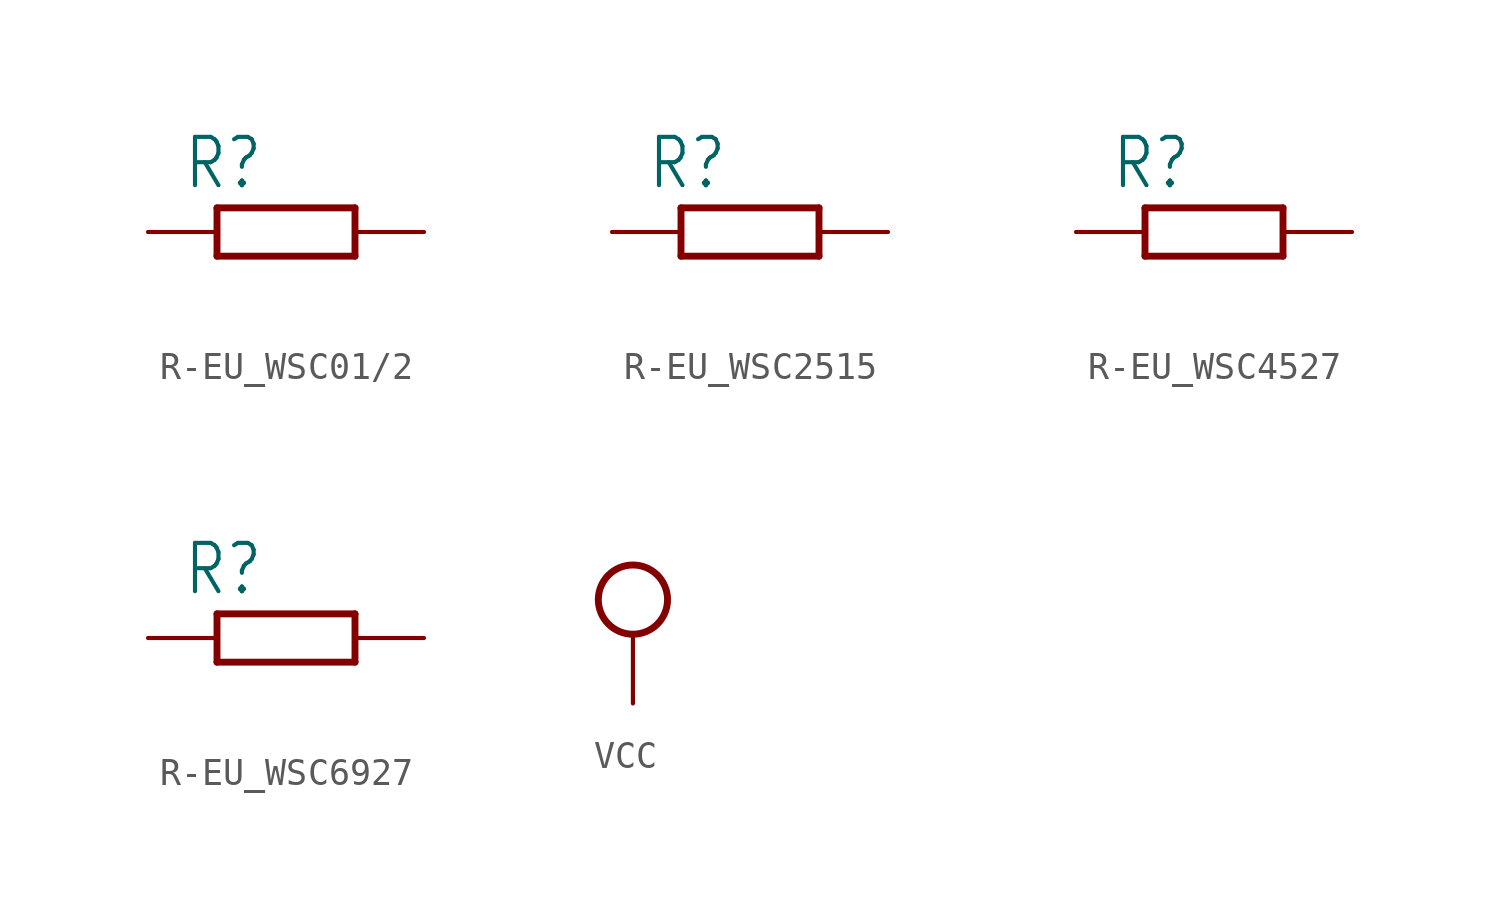
<source format=kicad_sym>
(kicad_symbol_lib
  (version 20231120)
  (generator "kicad_symbol_editor")
  (generator_version "8.0")
  (symbol "R-EU_WSC01/2"
    (property "Reference" "R"
      (at -3.81 1.499 0)
      (effects (font (size 1.778 1.511)) (justify left bottom)))
    (property "Value" ""
      (at -3.81 -3.302 0)
      (effects (font (size 1.778 1.511)) (justify left bottom)))
    (property "ki_locked" ""
      (at 0 0 0)
      (effects (font (size 1.27 1.27))))
    (symbol "R-EU_WSC01/2_1_0"
      (polyline (pts (xy -2.54 -0.889) (xy -2.54 0.889)) (stroke (width 0.254) (type solid)) (fill (type none)))
      (polyline (pts (xy -2.54 -0.889) (xy 2.54 -0.889)) (stroke (width 0.254) (type solid)) (fill (type none)))
      (polyline (pts (xy 2.54 -0.889) (xy 2.54 0.889)) (stroke (width 0.254) (type solid)) (fill (type none)))
      (polyline (pts (xy 2.54 0.889) (xy -2.54 0.889)) (stroke (width 0.254) (type solid)) (fill (type none)))
      (pin passive line (at -5.08 0 0) (length 2.54) (name "1" (effects (font (size 0 0)))) (number "1" (effects (font (size 0 0)))))
      (pin passive line (at 5.08 0 180) (length 2.54) (name "2" (effects (font (size 0 0)))) (number "2" (effects (font (size 0 0)))))))
  (symbol "R-EU_WSC2515"
    (property "Reference" "R"
      (at -3.81 1.499 0)
      (effects (font (size 1.778 1.511)) (justify left bottom)))
    (property "Value" ""
      (at -3.81 -3.302 0)
      (effects (font (size 1.778 1.511)) (justify left bottom)))
    (property "ki_locked" ""
      (at 0 0 0)
      (effects (font (size 1.27 1.27))))
    (symbol "R-EU_WSC2515_1_0"
      (polyline (pts (xy -2.54 -0.889) (xy -2.54 0.889)) (stroke (width 0.254) (type solid)) (fill (type none)))
      (polyline (pts (xy -2.54 -0.889) (xy 2.54 -0.889)) (stroke (width 0.254) (type solid)) (fill (type none)))
      (polyline (pts (xy 2.54 -0.889) (xy 2.54 0.889)) (stroke (width 0.254) (type solid)) (fill (type none)))
      (polyline (pts (xy 2.54 0.889) (xy -2.54 0.889)) (stroke (width 0.254) (type solid)) (fill (type none)))
      (pin passive line (at -5.08 0 0) (length 2.54) (name "1" (effects (font (size 0 0)))) (number "1" (effects (font (size 0 0)))))
      (pin passive line (at 5.08 0 180) (length 2.54) (name "2" (effects (font (size 0 0)))) (number "2" (effects (font (size 0 0)))))))
  (symbol "R-EU_WSC4527"
    (property "Reference" "R"
      (at -3.81 1.499 0)
      (effects (font (size 1.778 1.511)) (justify left bottom)))
    (property "Value" ""
      (at -3.81 -3.302 0)
      (effects (font (size 1.778 1.511)) (justify left bottom)))
    (property "ki_locked" ""
      (at 0 0 0)
      (effects (font (size 1.27 1.27))))
    (symbol "R-EU_WSC4527_1_0"
      (polyline (pts (xy -2.54 -0.889) (xy -2.54 0.889)) (stroke (width 0.254) (type solid)) (fill (type none)))
      (polyline (pts (xy -2.54 -0.889) (xy 2.54 -0.889)) (stroke (width 0.254) (type solid)) (fill (type none)))
      (polyline (pts (xy 2.54 -0.889) (xy 2.54 0.889)) (stroke (width 0.254) (type solid)) (fill (type none)))
      (polyline (pts (xy 2.54 0.889) (xy -2.54 0.889)) (stroke (width 0.254) (type solid)) (fill (type none)))
      (pin passive line (at -5.08 0 0) (length 2.54) (name "1" (effects (font (size 0 0)))) (number "1" (effects (font (size 0 0)))))
      (pin passive line (at 5.08 0 180) (length 2.54) (name "2" (effects (font (size 0 0)))) (number "2" (effects (font (size 0 0)))))))
  (symbol "R-EU_WSC6927"
    (property "Reference" "R"
      (at -3.81 1.499 0)
      (effects (font (size 1.778 1.511)) (justify left bottom)))
    (property "Value" ""
      (at -3.81 -3.302 0)
      (effects (font (size 1.778 1.511)) (justify left bottom)))
    (property "ki_locked" ""
      (at 0 0 0)
      (effects (font (size 1.27 1.27))))
    (symbol "R-EU_WSC6927_1_0"
      (polyline (pts (xy -2.54 -0.889) (xy -2.54 0.889)) (stroke (width 0.254) (type solid)) (fill (type none)))
      (polyline (pts (xy -2.54 -0.889) (xy 2.54 -0.889)) (stroke (width 0.254) (type solid)) (fill (type none)))
      (polyline (pts (xy 2.54 -0.889) (xy 2.54 0.889)) (stroke (width 0.254) (type solid)) (fill (type none)))
      (polyline (pts (xy 2.54 0.889) (xy -2.54 0.889)) (stroke (width 0.254) (type solid)) (fill (type none)))
      (pin passive line (at -5.08 0 0) (length 2.54) (name "1" (effects (font (size 0 0)))) (number "1" (effects (font (size 0 0)))))
      (pin passive line (at 5.08 0 180) (length 2.54) (name "2" (effects (font (size 0 0)))) (number "2" (effects (font (size 0 0)))))))
  (symbol "VCC"
    (power)
    (property "Reference" "#SUPPLY"
      (at 0 0 0)
      (effects (font (size 1.27 1.27)) (hide yes)))
    (property "Value" ""
      (at -1.905 3.175 0)
      (effects (font (size 1.778 1.511)) (justify left bottom)))
    (property "ki_locked" ""
      (at 0 0 0)
      (effects (font (size 1.27 1.27))))
    (symbol "VCC_1_0"
      (circle (center 0 1.27) (radius 1.27) (stroke (width 0.254) (type solid)) (fill (type none)))
      (pin power_in line (at 0 -2.54 90) (length 2.54) (name "VCC" (effects (font (size 0 0)))) (number "1" (effects (font (size 0 0))))))))
</source>
